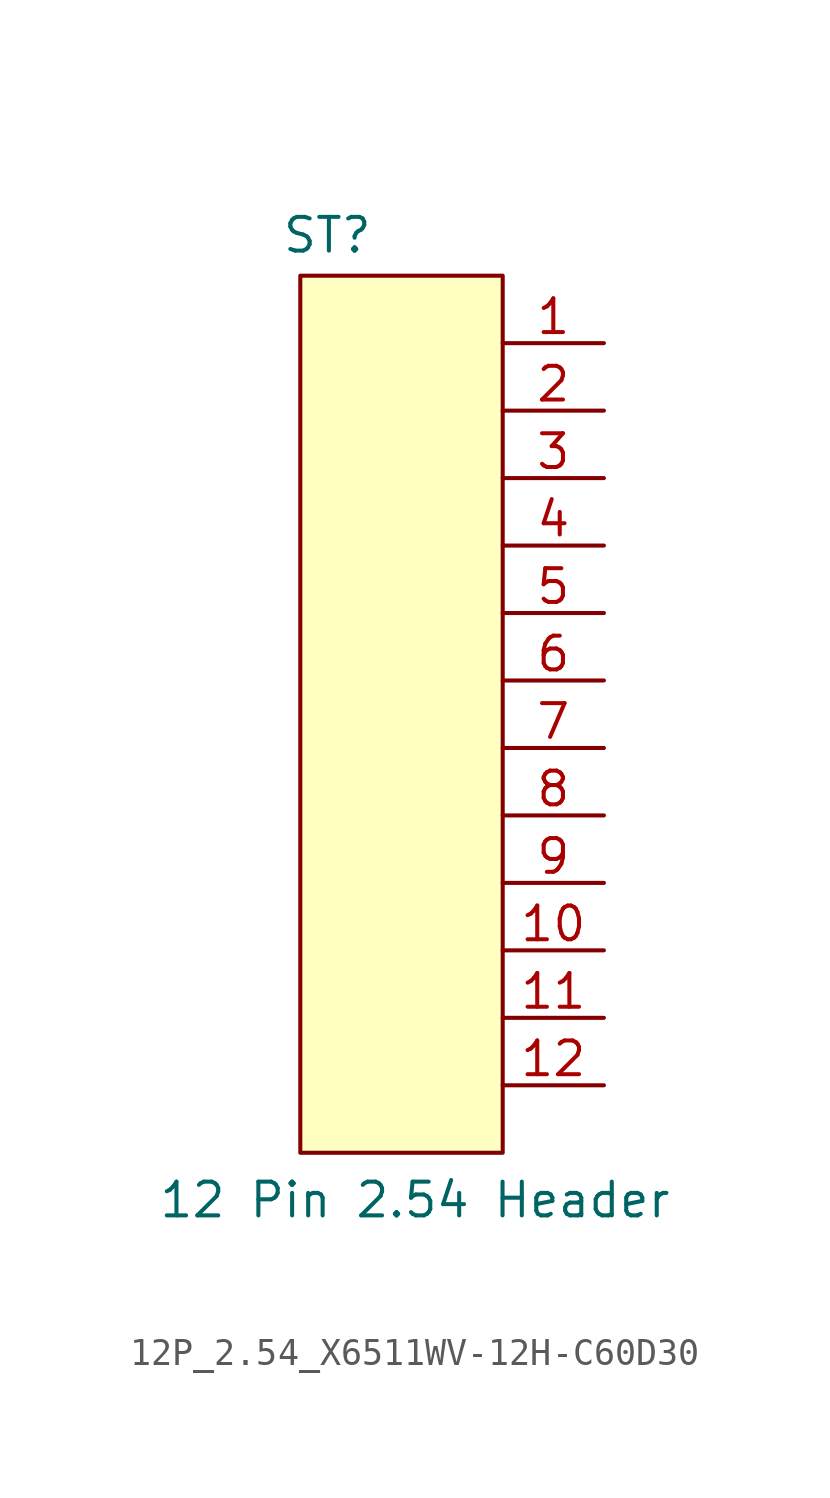
<source format=kicad_sym>
(kicad_symbol_lib
  (version 20241209)
  (generator "kicad_symbol_editor")
  (generator_version "9.0")
  (symbol "12P_2.54_X6511WV-12H-C60D30"
    (pin_names
      (offset 1.016)
      (hide yes))
    (property "Reference" "ST"
      (at -5.334 16.764 0)
      (effects (font (size 1.27 1.27))))
    (property "Value" "12 Pin 2.54 Header"
      (at -2.032 -19.558 0)
      (effects (font (size 1.27 1.27))))
    (symbol "12P_2.54_X6511WV-12H-C60D30_1_1"
      (rectangle (start -6.35 15.24) (end 1.27 -17.78) (stroke (width 0) (type solid)) (fill (type background)))
      (pin passive line (at 5.08 12.7 180) (length 3.81) (name "Pin_1" (effects (font (size 1.27 1.27)))) (number "1" (effects (font (size 1.27 1.27)))))
      (pin passive line (at 5.08 10.16 180) (length 3.81) (name "Pin_2" (effects (font (size 1.27 1.27)))) (number "2" (effects (font (size 1.27 1.27)))))
      (pin passive line (at 5.08 7.62 180) (length 3.81) (name "Pin_3" (effects (font (size 1.27 1.27)))) (number "3" (effects (font (size 1.27 1.27)))))
      (pin passive line (at 5.08 5.08 180) (length 3.81) (name "Pin_4" (effects (font (size 1.27 1.27)))) (number "4" (effects (font (size 1.27 1.27)))))
      (pin passive line (at 5.08 2.54 180) (length 3.81) (name "Pin_5" (effects (font (size 1.27 1.27)))) (number "5" (effects (font (size 1.27 1.27)))))
      (pin passive line (at 5.08 0 180) (length 3.81) (name "Pin_6" (effects (font (size 1.27 1.27)))) (number "6" (effects (font (size 1.27 1.27)))))
      (pin passive line (at 5.08 -2.54 180) (length 3.81) (name "Pin_7" (effects (font (size 1.27 1.27)))) (number "7" (effects (font (size 1.27 1.27)))))
      (pin passive line (at 5.08 -5.08 180) (length 3.81) (name "Pin_8" (effects (font (size 1.27 1.27)))) (number "8" (effects (font (size 1.27 1.27)))))
      (pin passive line (at 5.08 -7.62 180) (length 3.81) (name "Pin_9" (effects (font (size 1.27 1.27)))) (number "9" (effects (font (size 1.27 1.27)))))
      (pin passive line (at 5.08 -10.16 180) (length 3.81) (name "Pin_10" (effects (font (size 1.27 1.27)))) (number "10" (effects (font (size 1.27 1.27)))))
      (pin passive line (at 5.08 -12.7 180) (length 3.81) (name "Pin_11" (effects (font (size 1.27 1.27)))) (number "11" (effects (font (size 1.27 1.27)))))
      (pin passive line (at 5.08 -15.24 180) (length 3.81) (name "Pin_12" (effects (font (size 1.27 1.27)))) (number "12" (effects (font (size 1.27 1.27))))))))
</source>
